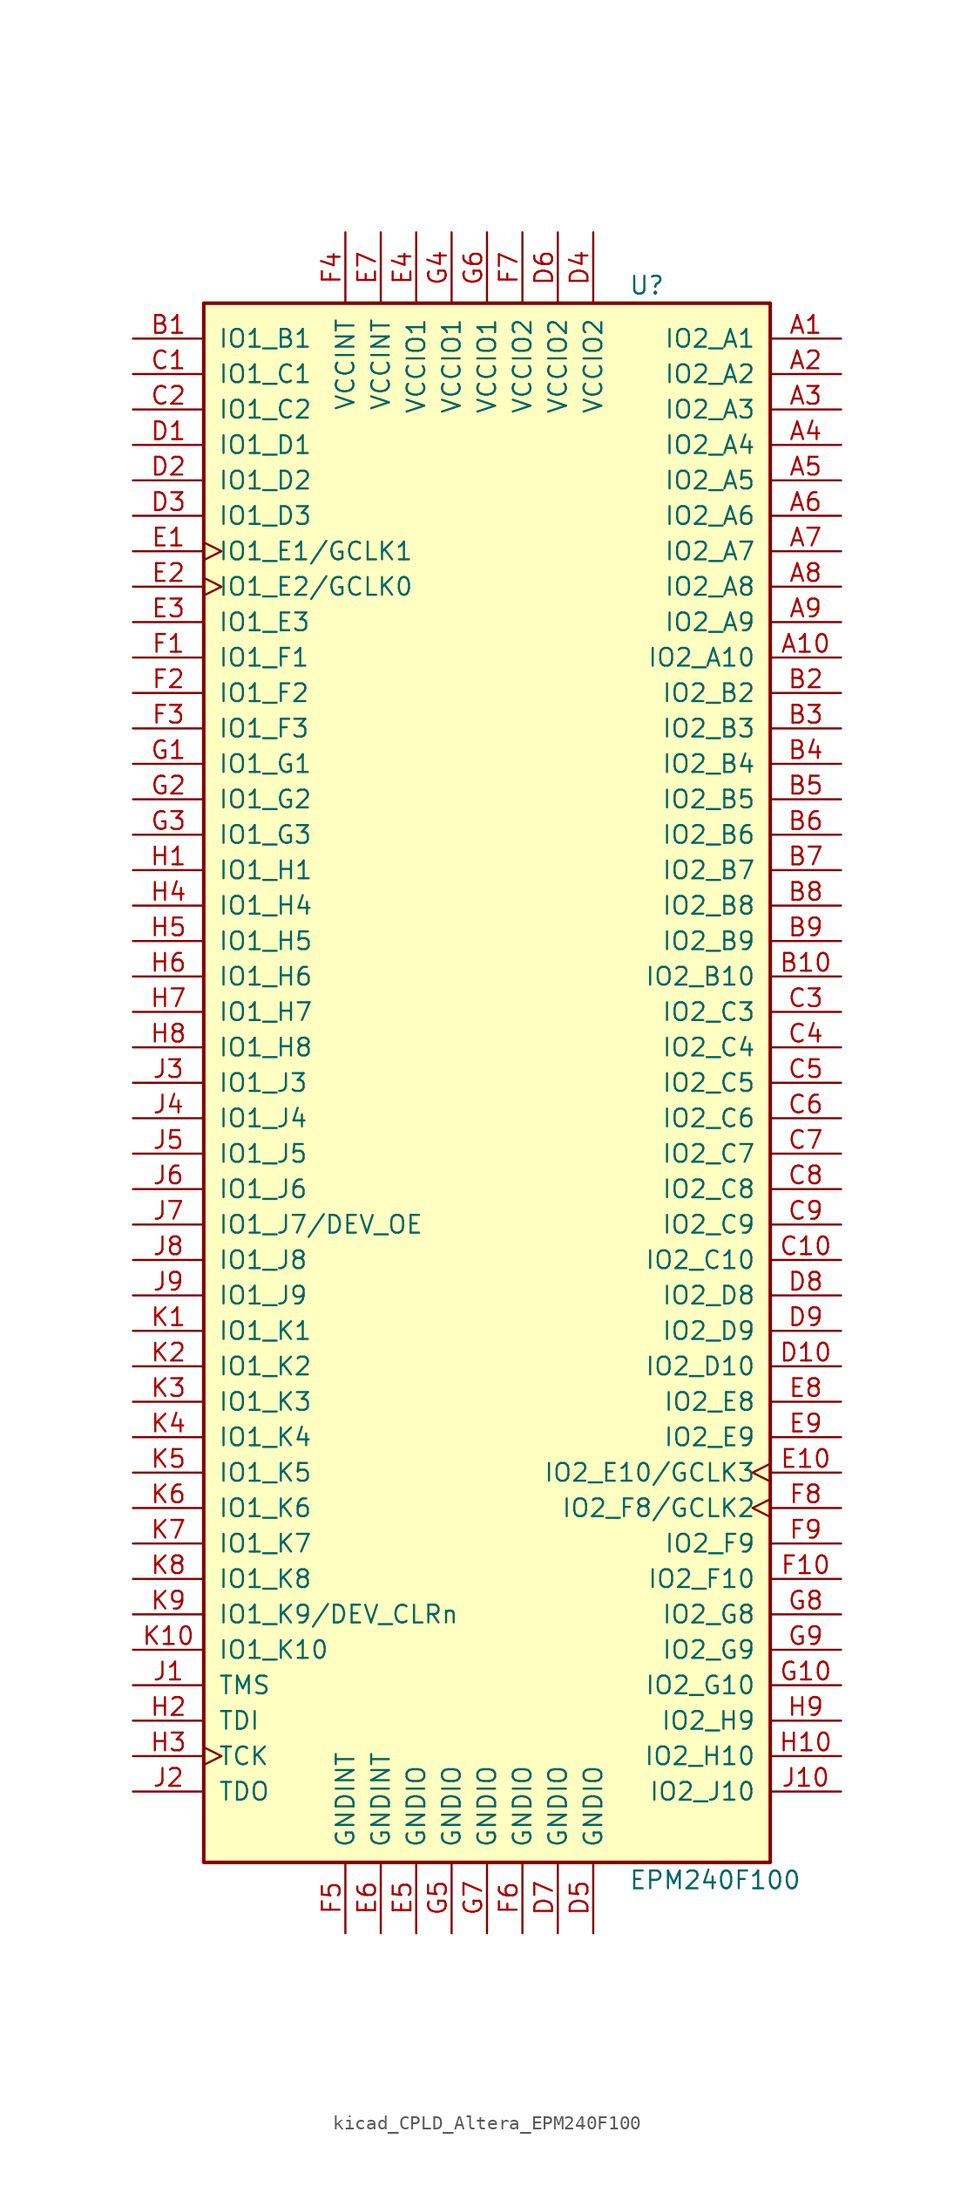
<source format=kicad_sym>
(kicad_symbol_lib
  (version 20220914)
  (generator kicad_symbol_editor)
  (symbol "kicad_CPLD_Altera_EPM240F100"
    (pin_names
      (offset 1.016))
    (property "Reference" "U"
      (at 10.16 57.15 0)
      (effects (font (size 1.27 1.27)) (justify left)))
    (property "Value" "EPM240F100"
      (at 10.16 -57.15 0)
      (effects (font (size 1.27 1.27)) (justify left)))
    (property "ki_locked" ""
      (at 0 0 0)
      (effects (font (size 1.27 1.27))))
    (symbol "kicad_CPLD_Altera_EPM240F100_1_1"
      (rectangle (start -20.32 55.88) (end 20.32 -55.88) (stroke (width 0.254) (type default)) (fill (type background)))
      (pin bidirectional line (at 25.4 53.34 180) (length 5.08) (name "IO2_A1" (effects (font (size 1.27 1.27)))) (number "A1" (effects (font (size 1.27 1.27)))))
      (pin bidirectional line (at 25.4 30.48 180) (length 5.08) (name "IO2_A10" (effects (font (size 1.27 1.27)))) (number "A10" (effects (font (size 1.27 1.27)))))
      (pin bidirectional line (at 25.4 50.8 180) (length 5.08) (name "IO2_A2" (effects (font (size 1.27 1.27)))) (number "A2" (effects (font (size 1.27 1.27)))))
      (pin bidirectional line (at 25.4 48.26 180) (length 5.08) (name "IO2_A3" (effects (font (size 1.27 1.27)))) (number "A3" (effects (font (size 1.27 1.27)))))
      (pin bidirectional line (at 25.4 45.72 180) (length 5.08) (name "IO2_A4" (effects (font (size 1.27 1.27)))) (number "A4" (effects (font (size 1.27 1.27)))))
      (pin bidirectional line (at 25.4 43.18 180) (length 5.08) (name "IO2_A5" (effects (font (size 1.27 1.27)))) (number "A5" (effects (font (size 1.27 1.27)))))
      (pin bidirectional line (at 25.4 40.64 180) (length 5.08) (name "IO2_A6" (effects (font (size 1.27 1.27)))) (number "A6" (effects (font (size 1.27 1.27)))))
      (pin bidirectional line (at 25.4 38.1 180) (length 5.08) (name "IO2_A7" (effects (font (size 1.27 1.27)))) (number "A7" (effects (font (size 1.27 1.27)))))
      (pin bidirectional line (at 25.4 35.56 180) (length 5.08) (name "IO2_A8" (effects (font (size 1.27 1.27)))) (number "A8" (effects (font (size 1.27 1.27)))))
      (pin bidirectional line (at 25.4 33.02 180) (length 5.08) (name "IO2_A9" (effects (font (size 1.27 1.27)))) (number "A9" (effects (font (size 1.27 1.27)))))
      (pin bidirectional line (at -25.4 53.34 0) (length 5.08) (name "IO1_B1" (effects (font (size 1.27 1.27)))) (number "B1" (effects (font (size 1.27 1.27)))))
      (pin bidirectional line (at 25.4 7.62 180) (length 5.08) (name "IO2_B10" (effects (font (size 1.27 1.27)))) (number "B10" (effects (font (size 1.27 1.27)))))
      (pin bidirectional line (at 25.4 27.94 180) (length 5.08) (name "IO2_B2" (effects (font (size 1.27 1.27)))) (number "B2" (effects (font (size 1.27 1.27)))))
      (pin bidirectional line (at 25.4 25.4 180) (length 5.08) (name "IO2_B3" (effects (font (size 1.27 1.27)))) (number "B3" (effects (font (size 1.27 1.27)))))
      (pin bidirectional line (at 25.4 22.86 180) (length 5.08) (name "IO2_B4" (effects (font (size 1.27 1.27)))) (number "B4" (effects (font (size 1.27 1.27)))))
      (pin bidirectional line (at 25.4 20.32 180) (length 5.08) (name "IO2_B5" (effects (font (size 1.27 1.27)))) (number "B5" (effects (font (size 1.27 1.27)))))
      (pin bidirectional line (at 25.4 17.78 180) (length 5.08) (name "IO2_B6" (effects (font (size 1.27 1.27)))) (number "B6" (effects (font (size 1.27 1.27)))))
      (pin bidirectional line (at 25.4 15.24 180) (length 5.08) (name "IO2_B7" (effects (font (size 1.27 1.27)))) (number "B7" (effects (font (size 1.27 1.27)))))
      (pin bidirectional line (at 25.4 12.7 180) (length 5.08) (name "IO2_B8" (effects (font (size 1.27 1.27)))) (number "B8" (effects (font (size 1.27 1.27)))))
      (pin bidirectional line (at 25.4 10.16 180) (length 5.08) (name "IO2_B9" (effects (font (size 1.27 1.27)))) (number "B9" (effects (font (size 1.27 1.27)))))
      (pin bidirectional line (at -25.4 50.8 0) (length 5.08) (name "IO1_C1" (effects (font (size 1.27 1.27)))) (number "C1" (effects (font (size 1.27 1.27)))))
      (pin bidirectional line (at 25.4 -12.7 180) (length 5.08) (name "IO2_C10" (effects (font (size 1.27 1.27)))) (number "C10" (effects (font (size 1.27 1.27)))))
      (pin bidirectional line (at -25.4 48.26 0) (length 5.08) (name "IO1_C2" (effects (font (size 1.27 1.27)))) (number "C2" (effects (font (size 1.27 1.27)))))
      (pin bidirectional line (at 25.4 5.08 180) (length 5.08) (name "IO2_C3" (effects (font (size 1.27 1.27)))) (number "C3" (effects (font (size 1.27 1.27)))))
      (pin bidirectional line (at 25.4 2.54 180) (length 5.08) (name "IO2_C4" (effects (font (size 1.27 1.27)))) (number "C4" (effects (font (size 1.27 1.27)))))
      (pin bidirectional line (at 25.4 0 180) (length 5.08) (name "IO2_C5" (effects (font (size 1.27 1.27)))) (number "C5" (effects (font (size 1.27 1.27)))))
      (pin bidirectional line (at 25.4 -2.54 180) (length 5.08) (name "IO2_C6" (effects (font (size 1.27 1.27)))) (number "C6" (effects (font (size 1.27 1.27)))))
      (pin bidirectional line (at 25.4 -5.08 180) (length 5.08) (name "IO2_C7" (effects (font (size 1.27 1.27)))) (number "C7" (effects (font (size 1.27 1.27)))))
      (pin bidirectional line (at 25.4 -7.62 180) (length 5.08) (name "IO2_C8" (effects (font (size 1.27 1.27)))) (number "C8" (effects (font (size 1.27 1.27)))))
      (pin bidirectional line (at 25.4 -10.16 180) (length 5.08) (name "IO2_C9" (effects (font (size 1.27 1.27)))) (number "C9" (effects (font (size 1.27 1.27)))))
      (pin bidirectional line (at -25.4 45.72 0) (length 5.08) (name "IO1_D1" (effects (font (size 1.27 1.27)))) (number "D1" (effects (font (size 1.27 1.27)))))
      (pin bidirectional line (at 25.4 -20.32 180) (length 5.08) (name "IO2_D10" (effects (font (size 1.27 1.27)))) (number "D10" (effects (font (size 1.27 1.27)))))
      (pin bidirectional line (at -25.4 43.18 0) (length 5.08) (name "IO1_D2" (effects (font (size 1.27 1.27)))) (number "D2" (effects (font (size 1.27 1.27)))))
      (pin bidirectional line (at -25.4 40.64 0) (length 5.08) (name "IO1_D3" (effects (font (size 1.27 1.27)))) (number "D3" (effects (font (size 1.27 1.27)))))
      (pin power_in line (at 7.62 60.96 270) (length 5.08) (name "VCCIO2" (effects (font (size 1.27 1.27)))) (number "D4" (effects (font (size 1.27 1.27)))))
      (pin power_in line (at 7.62 -60.96 90) (length 5.08) (name "GNDIO" (effects (font (size 1.27 1.27)))) (number "D5" (effects (font (size 1.27 1.27)))))
      (pin power_in line (at 5.08 60.96 270) (length 5.08) (name "VCCIO2" (effects (font (size 1.27 1.27)))) (number "D6" (effects (font (size 1.27 1.27)))))
      (pin power_in line (at 5.08 -60.96 90) (length 5.08) (name "GNDIO" (effects (font (size 1.27 1.27)))) (number "D7" (effects (font (size 1.27 1.27)))))
      (pin bidirectional line (at 25.4 -15.24 180) (length 5.08) (name "IO2_D8" (effects (font (size 1.27 1.27)))) (number "D8" (effects (font (size 1.27 1.27)))))
      (pin bidirectional line (at 25.4 -17.78 180) (length 5.08) (name "IO2_D9" (effects (font (size 1.27 1.27)))) (number "D9" (effects (font (size 1.27 1.27)))))
      (pin bidirectional clock (at -25.4 38.1 0) (length 5.08) (name "IO1_E1/GCLK1" (effects (font (size 1.27 1.27)))) (number "E1" (effects (font (size 1.27 1.27)))))
      (pin bidirectional clock (at 25.4 -27.94 180) (length 5.08) (name "IO2_E10/GCLK3" (effects (font (size 1.27 1.27)))) (number "E10" (effects (font (size 1.27 1.27)))))
      (pin bidirectional clock (at -25.4 35.56 0) (length 5.08) (name "IO1_E2/GCLK0" (effects (font (size 1.27 1.27)))) (number "E2" (effects (font (size 1.27 1.27)))))
      (pin bidirectional line (at -25.4 33.02 0) (length 5.08) (name "IO1_E3" (effects (font (size 1.27 1.27)))) (number "E3" (effects (font (size 1.27 1.27)))))
      (pin power_in line (at -5.08 60.96 270) (length 5.08) (name "VCCIO1" (effects (font (size 1.27 1.27)))) (number "E4" (effects (font (size 1.27 1.27)))))
      (pin power_in line (at -5.08 -60.96 90) (length 5.08) (name "GNDIO" (effects (font (size 1.27 1.27)))) (number "E5" (effects (font (size 1.27 1.27)))))
      (pin power_in line (at -7.62 -60.96 90) (length 5.08) (name "GNDINT" (effects (font (size 1.27 1.27)))) (number "E6" (effects (font (size 1.27 1.27)))))
      (pin power_in line (at -7.62 60.96 270) (length 5.08) (name "VCCINT" (effects (font (size 1.27 1.27)))) (number "E7" (effects (font (size 1.27 1.27)))))
      (pin bidirectional line (at 25.4 -22.86 180) (length 5.08) (name "IO2_E8" (effects (font (size 1.27 1.27)))) (number "E8" (effects (font (size 1.27 1.27)))))
      (pin bidirectional line (at 25.4 -25.4 180) (length 5.08) (name "IO2_E9" (effects (font (size 1.27 1.27)))) (number "E9" (effects (font (size 1.27 1.27)))))
      (pin bidirectional line (at -25.4 30.48 0) (length 5.08) (name "IO1_F1" (effects (font (size 1.27 1.27)))) (number "F1" (effects (font (size 1.27 1.27)))))
      (pin bidirectional line (at 25.4 -35.56 180) (length 5.08) (name "IO2_F10" (effects (font (size 1.27 1.27)))) (number "F10" (effects (font (size 1.27 1.27)))))
      (pin bidirectional line (at -25.4 27.94 0) (length 5.08) (name "IO1_F2" (effects (font (size 1.27 1.27)))) (number "F2" (effects (font (size 1.27 1.27)))))
      (pin bidirectional line (at -25.4 25.4 0) (length 5.08) (name "IO1_F3" (effects (font (size 1.27 1.27)))) (number "F3" (effects (font (size 1.27 1.27)))))
      (pin power_in line (at -10.16 60.96 270) (length 5.08) (name "VCCINT" (effects (font (size 1.27 1.27)))) (number "F4" (effects (font (size 1.27 1.27)))))
      (pin power_in line (at -10.16 -60.96 90) (length 5.08) (name "GNDINT" (effects (font (size 1.27 1.27)))) (number "F5" (effects (font (size 1.27 1.27)))))
      (pin power_in line (at 2.54 -60.96 90) (length 5.08) (name "GNDIO" (effects (font (size 1.27 1.27)))) (number "F6" (effects (font (size 1.27 1.27)))))
      (pin power_in line (at 2.54 60.96 270) (length 5.08) (name "VCCIO2" (effects (font (size 1.27 1.27)))) (number "F7" (effects (font (size 1.27 1.27)))))
      (pin bidirectional clock (at 25.4 -30.48 180) (length 5.08) (name "IO2_F8/GCLK2" (effects (font (size 1.27 1.27)))) (number "F8" (effects (font (size 1.27 1.27)))))
      (pin bidirectional line (at 25.4 -33.02 180) (length 5.08) (name "IO2_F9" (effects (font (size 1.27 1.27)))) (number "F9" (effects (font (size 1.27 1.27)))))
      (pin bidirectional line (at -25.4 22.86 0) (length 5.08) (name "IO1_G1" (effects (font (size 1.27 1.27)))) (number "G1" (effects (font (size 1.27 1.27)))))
      (pin bidirectional line (at 25.4 -43.18 180) (length 5.08) (name "IO2_G10" (effects (font (size 1.27 1.27)))) (number "G10" (effects (font (size 1.27 1.27)))))
      (pin bidirectional line (at -25.4 20.32 0) (length 5.08) (name "IO1_G2" (effects (font (size 1.27 1.27)))) (number "G2" (effects (font (size 1.27 1.27)))))
      (pin bidirectional line (at -25.4 17.78 0) (length 5.08) (name "IO1_G3" (effects (font (size 1.27 1.27)))) (number "G3" (effects (font (size 1.27 1.27)))))
      (pin power_in line (at -2.54 60.96 270) (length 5.08) (name "VCCIO1" (effects (font (size 1.27 1.27)))) (number "G4" (effects (font (size 1.27 1.27)))))
      (pin power_in line (at -2.54 -60.96 90) (length 5.08) (name "GNDIO" (effects (font (size 1.27 1.27)))) (number "G5" (effects (font (size 1.27 1.27)))))
      (pin power_in line (at 0 60.96 270) (length 5.08) (name "VCCIO1" (effects (font (size 1.27 1.27)))) (number "G6" (effects (font (size 1.27 1.27)))))
      (pin power_in line (at 0 -60.96 90) (length 5.08) (name "GNDIO" (effects (font (size 1.27 1.27)))) (number "G7" (effects (font (size 1.27 1.27)))))
      (pin bidirectional line (at 25.4 -38.1 180) (length 5.08) (name "IO2_G8" (effects (font (size 1.27 1.27)))) (number "G8" (effects (font (size 1.27 1.27)))))
      (pin bidirectional line (at 25.4 -40.64 180) (length 5.08) (name "IO2_G9" (effects (font (size 1.27 1.27)))) (number "G9" (effects (font (size 1.27 1.27)))))
      (pin bidirectional line (at -25.4 15.24 0) (length 5.08) (name "IO1_H1" (effects (font (size 1.27 1.27)))) (number "H1" (effects (font (size 1.27 1.27)))))
      (pin bidirectional line (at 25.4 -48.26 180) (length 5.08) (name "IO2_H10" (effects (font (size 1.27 1.27)))) (number "H10" (effects (font (size 1.27 1.27)))))
      (pin input line (at -25.4 -45.72 0) (length 5.08) (name "TDI" (effects (font (size 1.27 1.27)))) (number "H2" (effects (font (size 1.27 1.27)))))
      (pin input clock (at -25.4 -48.26 0) (length 5.08) (name "TCK" (effects (font (size 1.27 1.27)))) (number "H3" (effects (font (size 1.27 1.27)))))
      (pin bidirectional line (at -25.4 12.7 0) (length 5.08) (name "IO1_H4" (effects (font (size 1.27 1.27)))) (number "H4" (effects (font (size 1.27 1.27)))))
      (pin bidirectional line (at -25.4 10.16 0) (length 5.08) (name "IO1_H5" (effects (font (size 1.27 1.27)))) (number "H5" (effects (font (size 1.27 1.27)))))
      (pin bidirectional line (at -25.4 7.62 0) (length 5.08) (name "IO1_H6" (effects (font (size 1.27 1.27)))) (number "H6" (effects (font (size 1.27 1.27)))))
      (pin bidirectional line (at -25.4 5.08 0) (length 5.08) (name "IO1_H7" (effects (font (size 1.27 1.27)))) (number "H7" (effects (font (size 1.27 1.27)))))
      (pin bidirectional line (at -25.4 2.54 0) (length 5.08) (name "IO1_H8" (effects (font (size 1.27 1.27)))) (number "H8" (effects (font (size 1.27 1.27)))))
      (pin bidirectional line (at 25.4 -45.72 180) (length 5.08) (name "IO2_H9" (effects (font (size 1.27 1.27)))) (number "H9" (effects (font (size 1.27 1.27)))))
      (pin input line (at -25.4 -43.18 0) (length 5.08) (name "TMS" (effects (font (size 1.27 1.27)))) (number "J1" (effects (font (size 1.27 1.27)))))
      (pin bidirectional line (at 25.4 -50.8 180) (length 5.08) (name "IO2_J10" (effects (font (size 1.27 1.27)))) (number "J10" (effects (font (size 1.27 1.27)))))
      (pin output line (at -25.4 -50.8 0) (length 5.08) (name "TDO" (effects (font (size 1.27 1.27)))) (number "J2" (effects (font (size 1.27 1.27)))))
      (pin bidirectional line (at -25.4 0 0) (length 5.08) (name "IO1_J3" (effects (font (size 1.27 1.27)))) (number "J3" (effects (font (size 1.27 1.27)))))
      (pin bidirectional line (at -25.4 -2.54 0) (length 5.08) (name "IO1_J4" (effects (font (size 1.27 1.27)))) (number "J4" (effects (font (size 1.27 1.27)))))
      (pin bidirectional line (at -25.4 -5.08 0) (length 5.08) (name "IO1_J5" (effects (font (size 1.27 1.27)))) (number "J5" (effects (font (size 1.27 1.27)))))
      (pin bidirectional line (at -25.4 -7.62 0) (length 5.08) (name "IO1_J6" (effects (font (size 1.27 1.27)))) (number "J6" (effects (font (size 1.27 1.27)))))
      (pin bidirectional line (at -25.4 -10.16 0) (length 5.08) (name "IO1_J7/DEV_OE" (effects (font (size 1.27 1.27)))) (number "J7" (effects (font (size 1.27 1.27)))))
      (pin bidirectional line (at -25.4 -12.7 0) (length 5.08) (name "IO1_J8" (effects (font (size 1.27 1.27)))) (number "J8" (effects (font (size 1.27 1.27)))))
      (pin bidirectional line (at -25.4 -15.24 0) (length 5.08) (name "IO1_J9" (effects (font (size 1.27 1.27)))) (number "J9" (effects (font (size 1.27 1.27)))))
      (pin bidirectional line (at -25.4 -17.78 0) (length 5.08) (name "IO1_K1" (effects (font (size 1.27 1.27)))) (number "K1" (effects (font (size 1.27 1.27)))))
      (pin bidirectional line (at -25.4 -40.64 0) (length 5.08) (name "IO1_K10" (effects (font (size 1.27 1.27)))) (number "K10" (effects (font (size 1.27 1.27)))))
      (pin bidirectional line (at -25.4 -20.32 0) (length 5.08) (name "IO1_K2" (effects (font (size 1.27 1.27)))) (number "K2" (effects (font (size 1.27 1.27)))))
      (pin bidirectional line (at -25.4 -22.86 0) (length 5.08) (name "IO1_K3" (effects (font (size 1.27 1.27)))) (number "K3" (effects (font (size 1.27 1.27)))))
      (pin bidirectional line (at -25.4 -25.4 0) (length 5.08) (name "IO1_K4" (effects (font (size 1.27 1.27)))) (number "K4" (effects (font (size 1.27 1.27)))))
      (pin bidirectional line (at -25.4 -27.94 0) (length 5.08) (name "IO1_K5" (effects (font (size 1.27 1.27)))) (number "K5" (effects (font (size 1.27 1.27)))))
      (pin bidirectional line (at -25.4 -30.48 0) (length 5.08) (name "IO1_K6" (effects (font (size 1.27 1.27)))) (number "K6" (effects (font (size 1.27 1.27)))))
      (pin bidirectional line (at -25.4 -33.02 0) (length 5.08) (name "IO1_K7" (effects (font (size 1.27 1.27)))) (number "K7" (effects (font (size 1.27 1.27)))))
      (pin bidirectional line (at -25.4 -35.56 0) (length 5.08) (name "IO1_K8" (effects (font (size 1.27 1.27)))) (number "K8" (effects (font (size 1.27 1.27)))))
      (pin bidirectional line (at -25.4 -38.1 0) (length 5.08) (name "IO1_K9/DEV_CLRn" (effects (font (size 1.27 1.27)))) (number "K9" (effects (font (size 1.27 1.27))))))))
</source>
